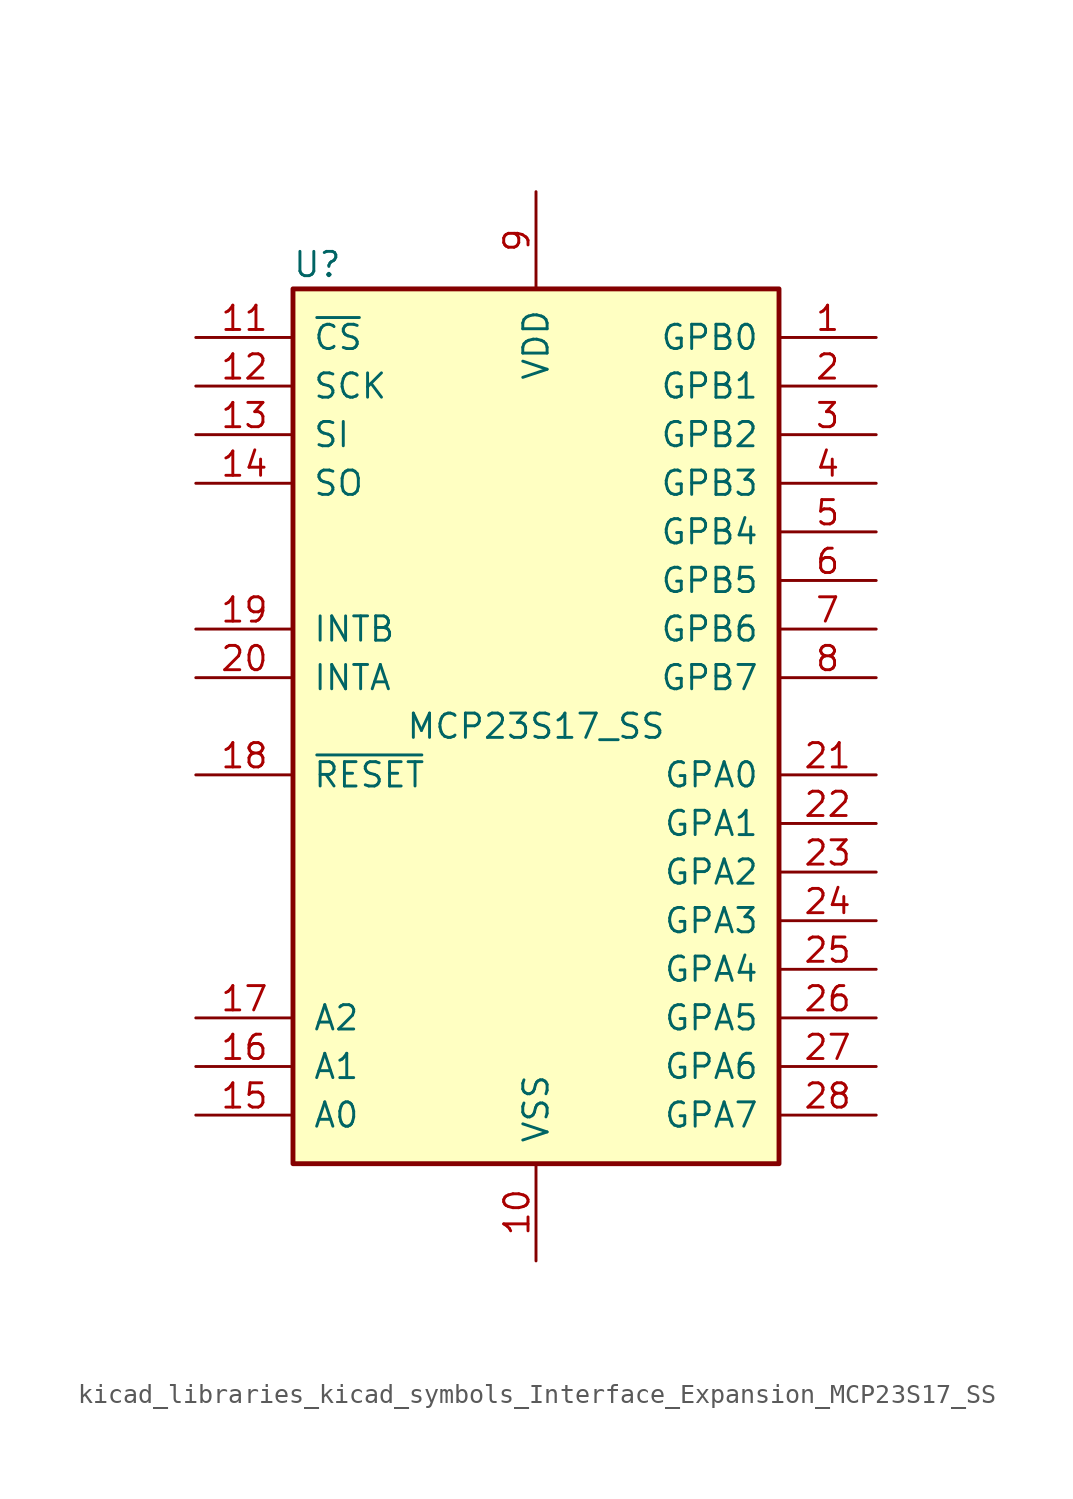
<source format=kicad_sym>
(kicad_symbol_lib
  (version 20220914)
  (generator kicad_symbol_editor)
  (symbol "kicad_libraries_kicad_symbols_Interface_Expansion_MCP23S17_SS"
    (pin_names
      (offset 1.016))
    (property "Reference" "U"
      (at -11.43 24.13 0)
      (effects (font (size 1.27 1.27))))
    (property "Value" "MCP23S17_SS"
      (at 0 0 0)
      (effects (font (size 1.27 1.27))))
    (symbol "kicad_libraries_kicad_symbols_Interface_Expansion_MCP23S17_SS_0_1"
      (rectangle (start -12.7 22.86) (end 12.7 -22.86) (stroke (width 0.254) (type default)) (fill (type background))))
    (symbol "kicad_libraries_kicad_symbols_Interface_Expansion_MCP23S17_SS_1_1"
      (pin bidirectional line (at 17.78 20.32 180) (length 5.08) (name "GPB0" (effects (font (size 1.27 1.27)))) (number "1" (effects (font (size 1.27 1.27)))))
      (pin power_in line (at 0 -27.94 90) (length 5.08) (name "VSS" (effects (font (size 1.27 1.27)))) (number "10" (effects (font (size 1.27 1.27)))))
      (pin input line (at -17.78 20.32 0) (length 5.08) (name "~{CS}" (effects (font (size 1.27 1.27)))) (number "11" (effects (font (size 1.27 1.27)))))
      (pin input line (at -17.78 17.78 0) (length 5.08) (name "SCK" (effects (font (size 1.27 1.27)))) (number "12" (effects (font (size 1.27 1.27)))))
      (pin input line (at -17.78 15.24 0) (length 5.08) (name "SI" (effects (font (size 1.27 1.27)))) (number "13" (effects (font (size 1.27 1.27)))))
      (pin output line (at -17.78 12.7 0) (length 5.08) (name "SO" (effects (font (size 1.27 1.27)))) (number "14" (effects (font (size 1.27 1.27)))))
      (pin input line (at -17.78 -20.32 0) (length 5.08) (name "A0" (effects (font (size 1.27 1.27)))) (number "15" (effects (font (size 1.27 1.27)))))
      (pin input line (at -17.78 -17.78 0) (length 5.08) (name "A1" (effects (font (size 1.27 1.27)))) (number "16" (effects (font (size 1.27 1.27)))))
      (pin input line (at -17.78 -15.24 0) (length 5.08) (name "A2" (effects (font (size 1.27 1.27)))) (number "17" (effects (font (size 1.27 1.27)))))
      (pin input line (at -17.78 -2.54 0) (length 5.08) (name "~{RESET}" (effects (font (size 1.27 1.27)))) (number "18" (effects (font (size 1.27 1.27)))))
      (pin tri_state line (at -17.78 5.08 0) (length 5.08) (name "INTB" (effects (font (size 1.27 1.27)))) (number "19" (effects (font (size 1.27 1.27)))))
      (pin bidirectional line (at 17.78 17.78 180) (length 5.08) (name "GPB1" (effects (font (size 1.27 1.27)))) (number "2" (effects (font (size 1.27 1.27)))))
      (pin tri_state line (at -17.78 2.54 0) (length 5.08) (name "INTA" (effects (font (size 1.27 1.27)))) (number "20" (effects (font (size 1.27 1.27)))))
      (pin bidirectional line (at 17.78 -2.54 180) (length 5.08) (name "GPA0" (effects (font (size 1.27 1.27)))) (number "21" (effects (font (size 1.27 1.27)))))
      (pin bidirectional line (at 17.78 -5.08 180) (length 5.08) (name "GPA1" (effects (font (size 1.27 1.27)))) (number "22" (effects (font (size 1.27 1.27)))))
      (pin bidirectional line (at 17.78 -7.62 180) (length 5.08) (name "GPA2" (effects (font (size 1.27 1.27)))) (number "23" (effects (font (size 1.27 1.27)))))
      (pin bidirectional line (at 17.78 -10.16 180) (length 5.08) (name "GPA3" (effects (font (size 1.27 1.27)))) (number "24" (effects (font (size 1.27 1.27)))))
      (pin bidirectional line (at 17.78 -12.7 180) (length 5.08) (name "GPA4" (effects (font (size 1.27 1.27)))) (number "25" (effects (font (size 1.27 1.27)))))
      (pin bidirectional line (at 17.78 -15.24 180) (length 5.08) (name "GPA5" (effects (font (size 1.27 1.27)))) (number "26" (effects (font (size 1.27 1.27)))))
      (pin bidirectional line (at 17.78 -17.78 180) (length 5.08) (name "GPA6" (effects (font (size 1.27 1.27)))) (number "27" (effects (font (size 1.27 1.27)))))
      (pin bidirectional line (at 17.78 -20.32 180) (length 5.08) (name "GPA7" (effects (font (size 1.27 1.27)))) (number "28" (effects (font (size 1.27 1.27)))))
      (pin bidirectional line (at 17.78 15.24 180) (length 5.08) (name "GPB2" (effects (font (size 1.27 1.27)))) (number "3" (effects (font (size 1.27 1.27)))))
      (pin bidirectional line (at 17.78 12.7 180) (length 5.08) (name "GPB3" (effects (font (size 1.27 1.27)))) (number "4" (effects (font (size 1.27 1.27)))))
      (pin bidirectional line (at 17.78 10.16 180) (length 5.08) (name "GPB4" (effects (font (size 1.27 1.27)))) (number "5" (effects (font (size 1.27 1.27)))))
      (pin bidirectional line (at 17.78 7.62 180) (length 5.08) (name "GPB5" (effects (font (size 1.27 1.27)))) (number "6" (effects (font (size 1.27 1.27)))))
      (pin bidirectional line (at 17.78 5.08 180) (length 5.08) (name "GPB6" (effects (font (size 1.27 1.27)))) (number "7" (effects (font (size 1.27 1.27)))))
      (pin bidirectional line (at 17.78 2.54 180) (length 5.08) (name "GPB7" (effects (font (size 1.27 1.27)))) (number "8" (effects (font (size 1.27 1.27)))))
      (pin power_in line (at 0 27.94 270) (length 5.08) (name "VDD" (effects (font (size 1.27 1.27)))) (number "9" (effects (font (size 1.27 1.27))))))))
</source>
